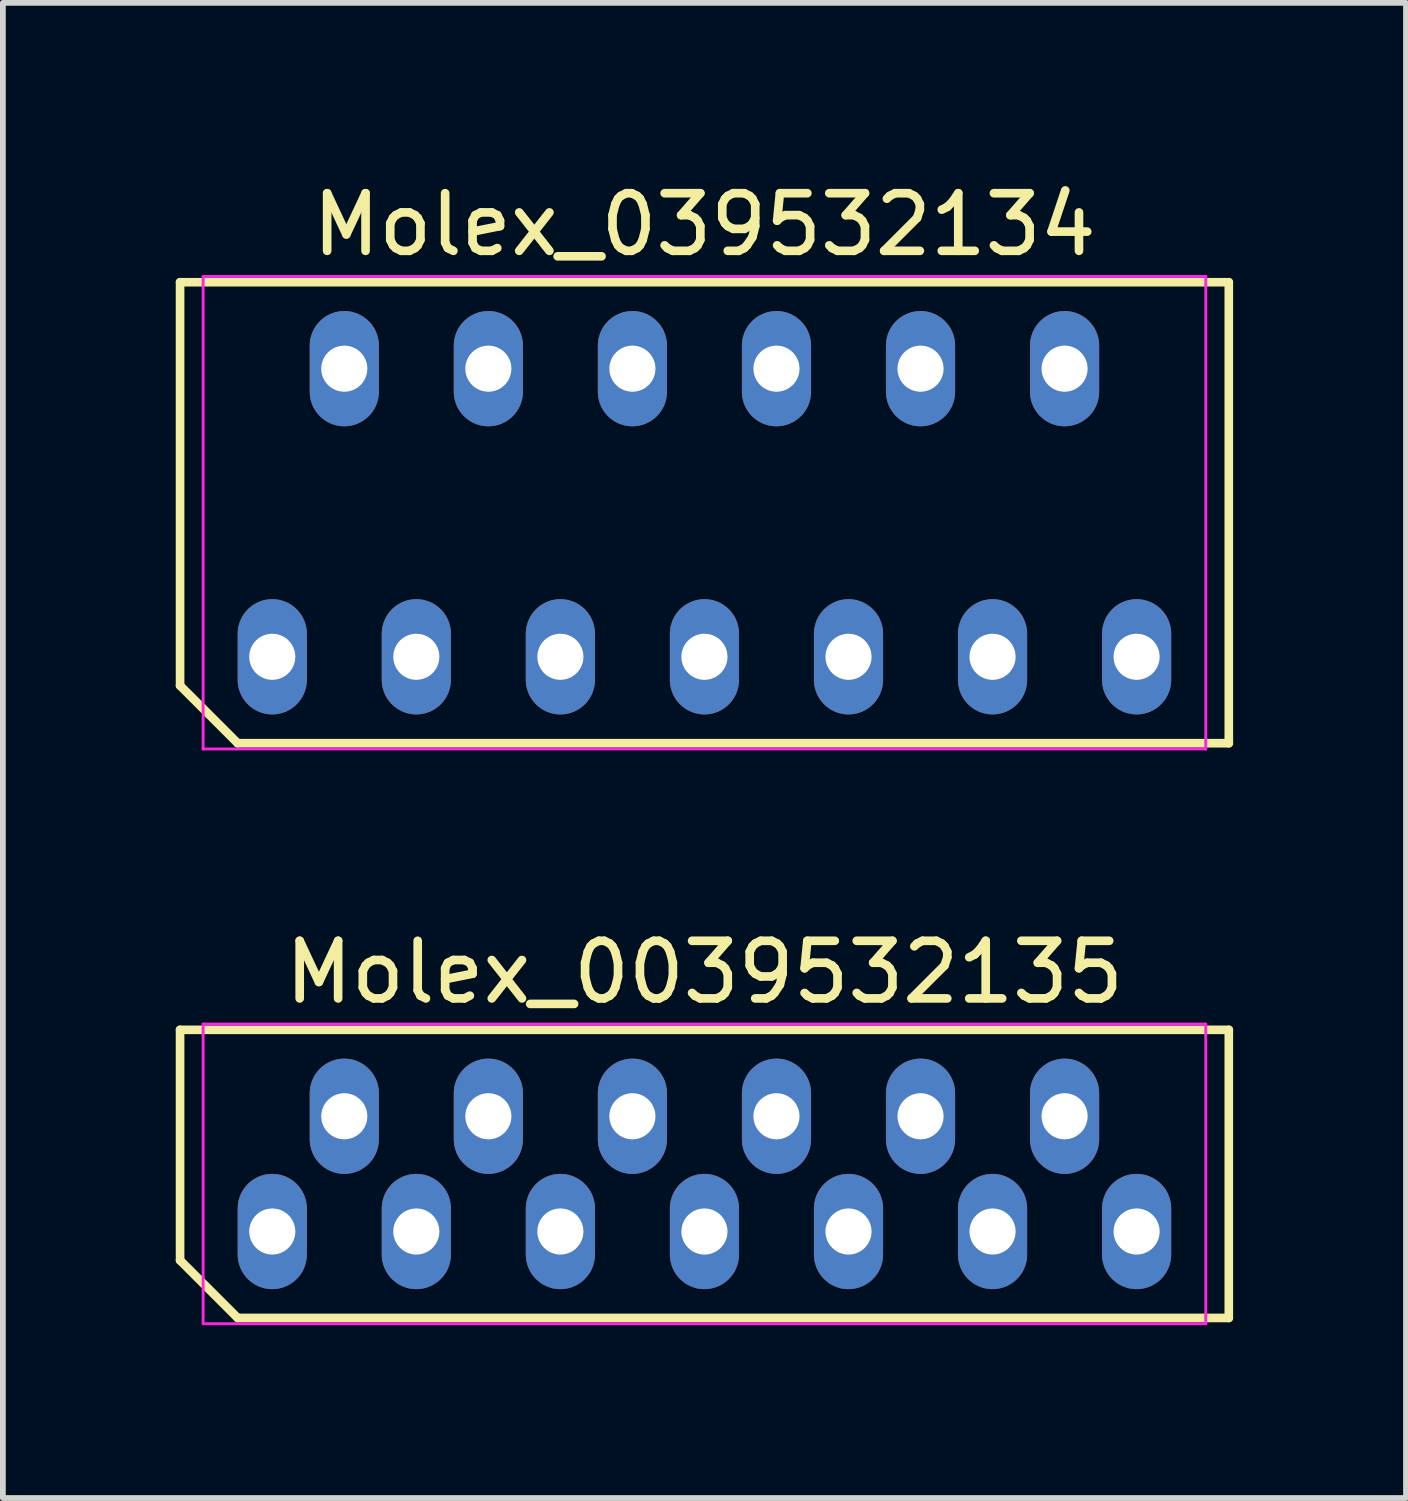
<source format=kicad_pcb>
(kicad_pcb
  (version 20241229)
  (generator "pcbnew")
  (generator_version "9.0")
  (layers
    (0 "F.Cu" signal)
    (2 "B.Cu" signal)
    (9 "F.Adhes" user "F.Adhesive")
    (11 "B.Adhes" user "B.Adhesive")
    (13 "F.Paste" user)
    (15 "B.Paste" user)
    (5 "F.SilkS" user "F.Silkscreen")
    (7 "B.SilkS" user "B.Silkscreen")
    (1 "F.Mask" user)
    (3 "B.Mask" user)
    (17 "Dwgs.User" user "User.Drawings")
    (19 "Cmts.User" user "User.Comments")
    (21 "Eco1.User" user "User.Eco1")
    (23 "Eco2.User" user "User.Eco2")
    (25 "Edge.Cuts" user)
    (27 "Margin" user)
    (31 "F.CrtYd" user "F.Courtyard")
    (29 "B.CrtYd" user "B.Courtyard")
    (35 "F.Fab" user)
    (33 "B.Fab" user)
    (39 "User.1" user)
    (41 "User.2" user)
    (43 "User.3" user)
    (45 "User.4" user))
  (footprint "Molex_039532134"
    (layer "F.Cu")
    (at 9.175 5.848)
    (property "Reference" "Molex_039532134" (at 0 -5 0) (layer "F.SilkS") (effects (font (size 1 1) (thickness 0.15))))
    (attr through_hole)
    (fp_line (start -9.1 -4) (end 9.1 -4) (stroke (width 0.15) (type solid)) (layer "F.SilkS"))
    (fp_line (start -9.1 3) (end -9.1 -4) (stroke (width 0.15) (type solid)) (layer "F.SilkS"))
    (fp_line (start -8.1 4) (end -9.1 3) (stroke (width 0.15) (type solid)) (layer "F.SilkS"))
    (fp_line (start 9.1 -4) (end 9.1 4) (stroke (width 0.15) (type solid)) (layer "F.SilkS"))
    (fp_line (start 9.1 4) (end -8.1 4) (stroke (width 0.15) (type solid)) (layer "F.SilkS"))
    (fp_line (start -8.7 -4.1) (end 8.7 -4.1) (stroke (width 0.05) (type solid)) (layer "F.CrtYd"))
    (fp_line (start -8.7 4.1) (end -8.7 -4.1) (stroke (width 0.05) (type solid)) (layer "F.CrtYd"))
    (fp_line (start 8.7 -4.1) (end 8.7 4.1) (stroke (width 0.05) (type solid)) (layer "F.CrtYd"))
    (fp_line (start 8.7 4.1) (end -8.7 4.1) (stroke (width 0.05) (type solid)) (layer "F.CrtYd"))
    (pad "1" thru_hole oval (at -7.5 2.5) (size 1.2 2) (drill 0.8) (layers "*.Cu" "*.Mask"))
    (pad "2" thru_hole oval (at -6.25 -2.5) (size 1.2 2) (drill 0.8) (layers "*.Cu" "*.Mask"))
    (pad "3" thru_hole oval (at -5 2.5) (size 1.2 2) (drill 0.8) (layers "*.Cu" "*.Mask"))
    (pad "4" thru_hole oval (at -3.75 -2.5) (size 1.2 2) (drill 0.8) (layers "*.Cu" "*.Mask"))
    (pad "5" thru_hole oval (at -2.5 2.5) (size 1.2 2) (drill 0.8) (layers "*.Cu" "*.Mask"))
    (pad "6" thru_hole oval (at -1.25 -2.5) (size 1.2 2) (drill 0.8) (layers "*.Cu" "*.Mask"))
    (pad "7" thru_hole oval (at 0 2.5) (size 1.2 2) (drill 0.8) (layers "*.Cu" "*.Mask"))
    (pad "8" thru_hole oval (at 1.25 -2.5) (size 1.2 2) (drill 0.8) (layers "*.Cu" "*.Mask"))
    (pad "9" thru_hole oval (at 2.5 2.5) (size 1.2 2) (drill 0.8) (layers "*.Cu" "*.Mask"))
    (pad "10" thru_hole oval (at 3.75 -2.5) (size 1.2 2) (drill 0.8) (layers "*.Cu" "*.Mask"))
    (pad "11" thru_hole oval (at 5 2.5) (size 1.2 2) (drill 0.8) (layers "*.Cu" "*.Mask"))
    (pad "12" thru_hole oval (at 6.25 -2.5) (size 1.2 2) (drill 0.8) (layers "*.Cu" "*.Mask"))
    (pad "13" thru_hole oval (at 7.5 2.5) (size 1.2 2) (drill 0.8) (layers "*.Cu" "*.Mask")))
  (footprint "Molex_0039532135"
    (layer "F.Cu")
    (at 9.175 17.322)
    (property "Reference" "Molex_0039532135" (at 0 -3.5 0) (layer "F.SilkS") (effects (font (size 1 1) (thickness 0.15))))
    (attr through_hole)
    (fp_line (start -9.1 -2.5) (end 9.1 -2.5) (stroke (width 0.15) (type solid)) (layer "F.SilkS"))
    (fp_line (start -9.1 1.5) (end -9.1 -2.5) (stroke (width 0.15) (type solid)) (layer "F.SilkS"))
    (fp_line (start -8.1 2.5) (end -9.1 1.5) (stroke (width 0.15) (type solid)) (layer "F.SilkS"))
    (fp_line (start 9.1 -2.5) (end 9.1 2.5) (stroke (width 0.15) (type solid)) (layer "F.SilkS"))
    (fp_line (start 9.1 2.5) (end -8.1 2.5) (stroke (width 0.15) (type solid)) (layer "F.SilkS"))
    (fp_line (start -8.7 -2.6) (end 8.7 -2.6) (stroke (width 0.05) (type solid)) (layer "F.CrtYd"))
    (fp_line (start -8.7 2.6) (end -8.7 -2.6) (stroke (width 0.05) (type solid)) (layer "F.CrtYd"))
    (fp_line (start 8.7 -2.6) (end 8.7 2.6) (stroke (width 0.05) (type solid)) (layer "F.CrtYd"))
    (fp_line (start 8.7 2.6) (end -8.7 2.6) (stroke (width 0.05) (type solid)) (layer "F.CrtYd"))
    (pad "1" thru_hole oval (at -7.5 1) (size 1.2 2) (drill 0.8) (layers "*.Cu" "*.Mask"))
    (pad "2" thru_hole oval (at -6.25 -1) (size 1.2 2) (drill 0.8) (layers "*.Cu" "*.Mask"))
    (pad "3" thru_hole oval (at -5 1) (size 1.2 2) (drill 0.8) (layers "*.Cu" "*.Mask"))
    (pad "4" thru_hole oval (at -3.75 -1) (size 1.2 2) (drill 0.8) (layers "*.Cu" "*.Mask"))
    (pad "5" thru_hole oval (at -2.5 1) (size 1.2 2) (drill 0.8) (layers "*.Cu" "*.Mask"))
    (pad "6" thru_hole oval (at -1.25 -1) (size 1.2 2) (drill 0.8) (layers "*.Cu" "*.Mask"))
    (pad "7" thru_hole oval (at 0 1) (size 1.2 2) (drill 0.8) (layers "*.Cu" "*.Mask"))
    (pad "8" thru_hole oval (at 1.25 -1) (size 1.2 2) (drill 0.8) (layers "*.Cu" "*.Mask"))
    (pad "9" thru_hole oval (at 2.5 1) (size 1.2 2) (drill 0.8) (layers "*.Cu" "*.Mask"))
    (pad "10" thru_hole oval (at 3.75 -1) (size 1.2 2) (drill 0.8) (layers "*.Cu" "*.Mask"))
    (pad "11" thru_hole oval (at 5 1) (size 1.2 2) (drill 0.8) (layers "*.Cu" "*.Mask"))
    (pad "12" thru_hole oval (at 6.25 -1) (size 1.2 2) (drill 0.8) (layers "*.Cu" "*.Mask"))
    (pad "13" thru_hole oval (at 7.5 1) (size 1.2 2) (drill 0.8) (layers "*.Cu" "*.Mask")))
  (gr_rect
    (start -3 -3)
    (end 21.35 22.947)
    (stroke (width 0.1) (type default))
    (fill no)
    (layer "Edge.Cuts")))
</source>
